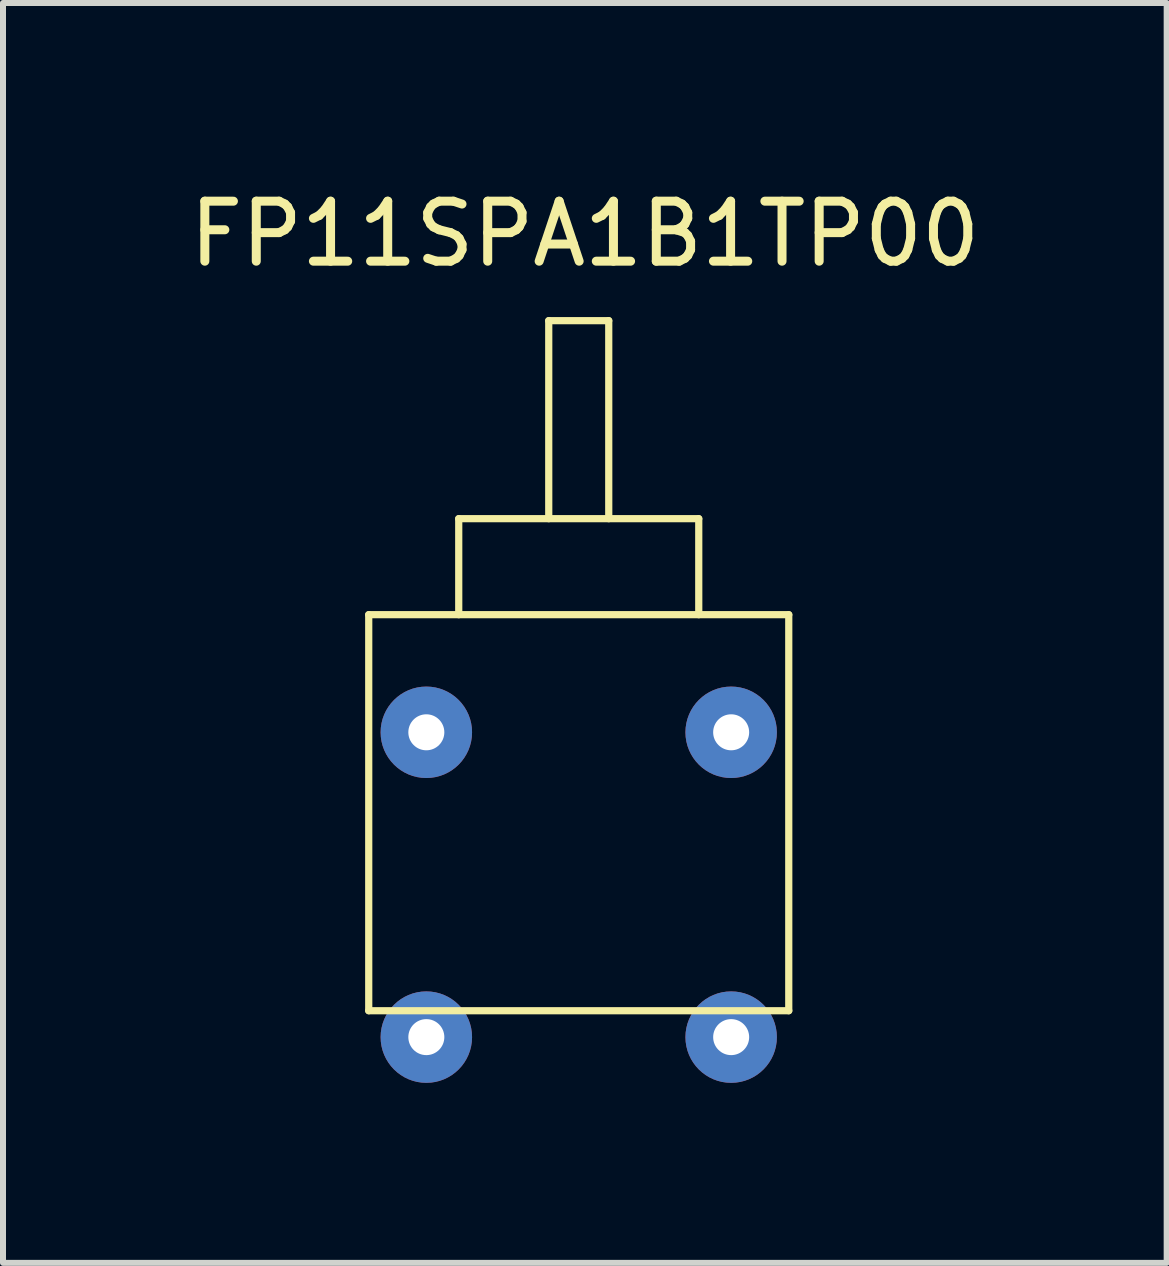
<source format=kicad_pcb>
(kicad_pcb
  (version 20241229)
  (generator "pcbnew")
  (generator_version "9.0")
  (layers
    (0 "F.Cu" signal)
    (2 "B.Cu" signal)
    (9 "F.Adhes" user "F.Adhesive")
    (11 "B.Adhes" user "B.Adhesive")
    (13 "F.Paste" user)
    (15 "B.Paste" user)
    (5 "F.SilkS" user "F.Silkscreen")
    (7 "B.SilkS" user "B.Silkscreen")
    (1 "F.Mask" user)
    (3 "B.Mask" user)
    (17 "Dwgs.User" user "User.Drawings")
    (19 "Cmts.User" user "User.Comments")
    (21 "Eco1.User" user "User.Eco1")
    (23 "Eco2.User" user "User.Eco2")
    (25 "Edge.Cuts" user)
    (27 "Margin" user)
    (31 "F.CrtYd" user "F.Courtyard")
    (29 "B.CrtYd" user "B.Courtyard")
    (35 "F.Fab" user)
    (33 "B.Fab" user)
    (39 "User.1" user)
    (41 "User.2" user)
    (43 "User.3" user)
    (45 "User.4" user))
  (footprint "FP11SPA1B1TP00"
    (layer "F.Cu")
    (at 6.595 11.694)
    (property "Reference" "FP11SPA1B1TP00" (at 0.102 -10.846 0) (layer "F.SilkS") (effects (font (size 1 1) (thickness 0.15))))
    (attr through_hole)
    (fp_line (start -3.5 -4.5) (end -3.5 2.1) (stroke (width 0.12) (type solid)) (layer "F.SilkS"))
    (fp_line (start -3.5 -4.5) (end 3.5 -4.5) (stroke (width 0.12) (type solid)) (layer "F.SilkS"))
    (fp_line (start -3.5 2.1) (end 3.5 2.1) (stroke (width 0.12) (type solid)) (layer "F.SilkS"))
    (fp_line (start -2 -6.1) (end 2 -6.1) (stroke (width 0.12) (type solid)) (layer "F.SilkS"))
    (fp_line (start -2 -4.5) (end -2 -6.1) (stroke (width 0.12) (type solid)) (layer "F.SilkS"))
    (fp_line (start -0.5 -9.4) (end -0.5 -6.1) (stroke (width 0.12) (type solid)) (layer "F.SilkS"))
    (fp_line (start -0.5 -9.4) (end 0.5 -9.4) (stroke (width 0.12) (type solid)) (layer "F.SilkS"))
    (fp_line (start 0.5 -9.4) (end 0.5 -6.1) (stroke (width 0.12) (type solid)) (layer "F.SilkS"))
    (fp_line (start 2 -6.1) (end 2 -4.5) (stroke (width 0.12) (type solid)) (layer "F.SilkS"))
    (fp_line (start 3.5 -4.5) (end 3.5 2.1) (stroke (width 0.12) (type solid)) (layer "F.SilkS"))
    (pad "1" thru_hole circle (at -2.54 2.54) (size 1.524 1.524) (drill 0.6) (layers "*.Cu" "*.Mask"))
    (pad "2" thru_hole circle (at -2.54 -2.54) (size 1.524 1.524) (drill 0.6) (layers "*.Cu" "*.Mask"))
    (pad "3" thru_hole circle (at 2.54 2.54) (size 1.524 1.524) (drill 0.6) (layers "*.Cu" "*.Mask"))
    (pad "4" thru_hole circle (at 2.54 -2.54) (size 1.524 1.524) (drill 0.6) (layers "*.Cu" "*.Mask")))
  (gr_rect
    (start -3 -3)
    (end 16.393 17.996)
    (stroke (width 0.1) (type default))
    (fill no)
    (layer "Edge.Cuts")))
</source>
